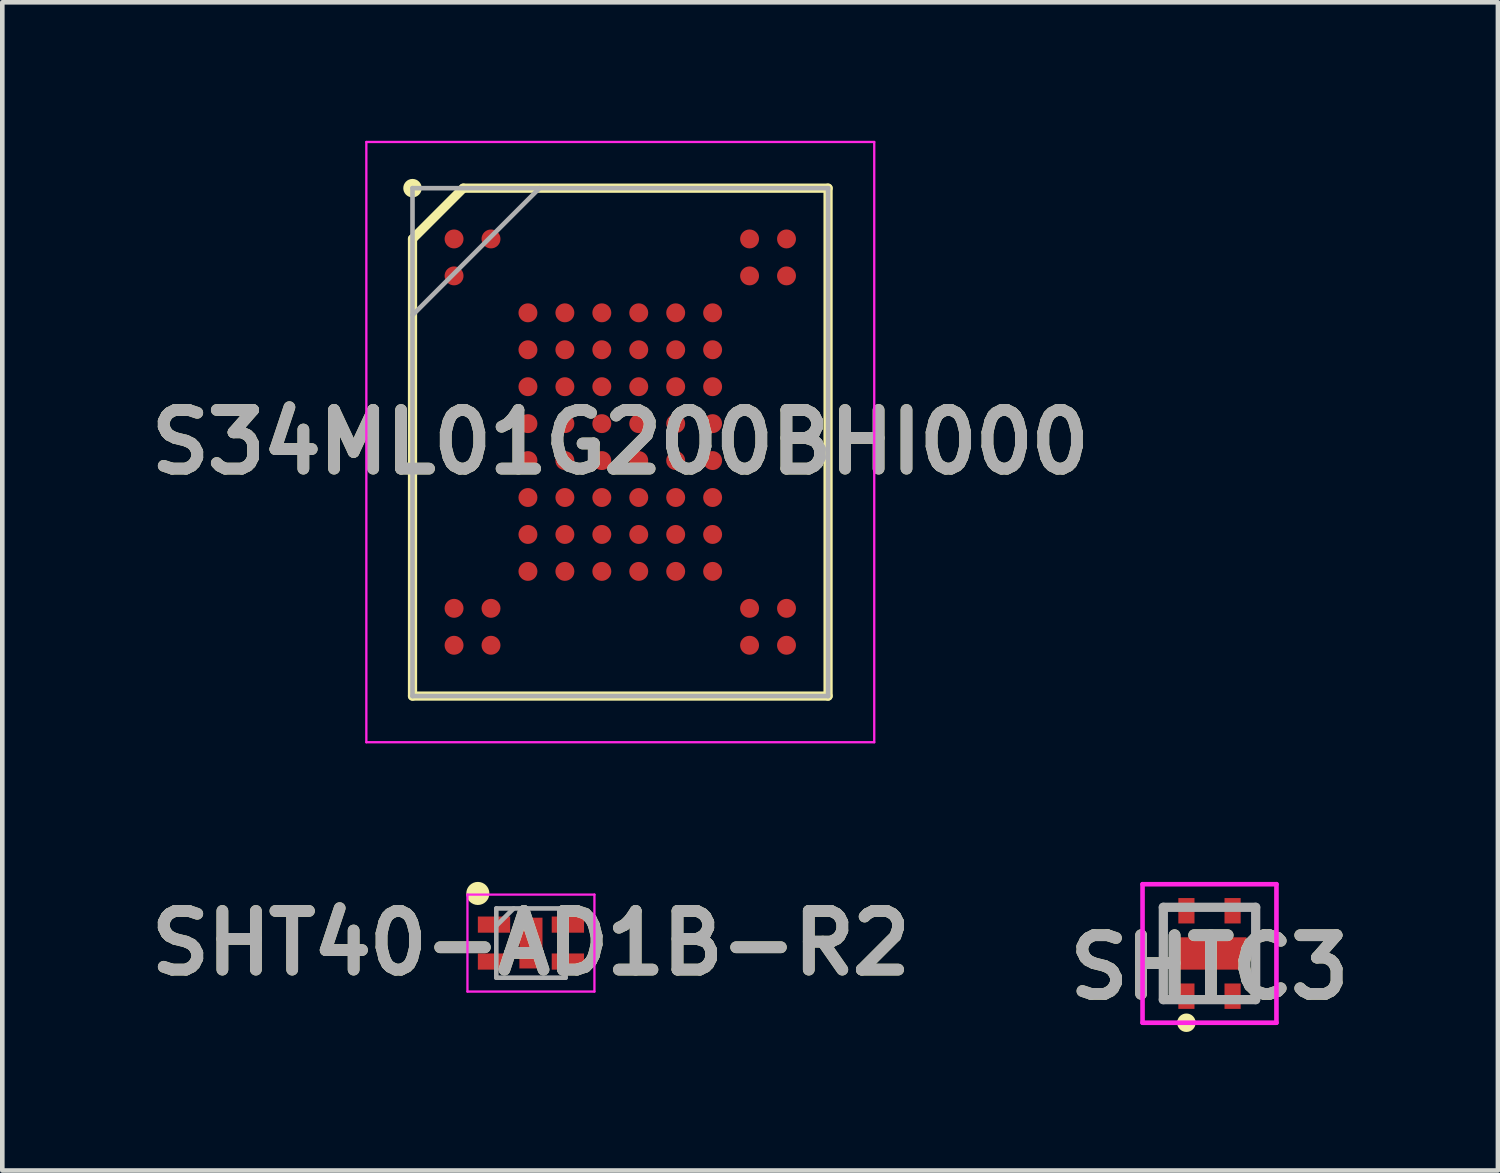
<source format=kicad_pcb>
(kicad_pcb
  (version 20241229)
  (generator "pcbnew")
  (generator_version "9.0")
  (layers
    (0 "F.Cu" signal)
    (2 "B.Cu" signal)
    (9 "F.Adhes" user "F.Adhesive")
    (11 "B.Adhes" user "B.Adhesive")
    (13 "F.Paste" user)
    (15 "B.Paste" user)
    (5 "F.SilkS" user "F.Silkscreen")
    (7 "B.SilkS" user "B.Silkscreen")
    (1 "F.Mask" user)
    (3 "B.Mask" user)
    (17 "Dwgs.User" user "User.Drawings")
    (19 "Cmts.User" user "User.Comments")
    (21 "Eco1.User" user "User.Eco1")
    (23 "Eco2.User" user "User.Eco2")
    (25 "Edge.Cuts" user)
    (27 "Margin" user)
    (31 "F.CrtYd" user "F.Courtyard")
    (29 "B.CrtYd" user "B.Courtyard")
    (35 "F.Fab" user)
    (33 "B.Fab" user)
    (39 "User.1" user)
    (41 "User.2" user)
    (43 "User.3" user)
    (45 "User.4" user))
  (footprint "SHT40-AD1B-R2"
    (layer "F.Cu")
    (at 8.449 17.375)
    (property "Reference" "SHT40-AD1B-R2" (at 0 0 0) (layer "F.SilkS") (effects (font (size 1.27 1.27) (thickness 0.254))))
    (attr smd)
    (fp_circle (center -1.15 -1.075) (end -1.15 -0.95) (stroke (width 0.25) (type solid)) (fill no) (layer "F.SilkS"))
    (fp_line (start -1.375 -1.05) (end 1.375 -1.05) (stroke (width 0.05) (type solid)) (layer "F.CrtYd"))
    (fp_line (start -1.375 1.05) (end -1.375 -1.05) (stroke (width 0.05) (type solid)) (layer "F.CrtYd"))
    (fp_line (start 1.375 -1.05) (end 1.375 1.05) (stroke (width 0.05) (type solid)) (layer "F.CrtYd"))
    (fp_line (start 1.375 1.05) (end -1.375 1.05) (stroke (width 0.05) (type solid)) (layer "F.CrtYd"))
    (fp_line (start -0.75 -0.75) (end 0.75 -0.75) (stroke (width 0.1) (type solid)) (layer "F.Fab"))
    (fp_line (start -0.75 -0.375) (end -0.375 -0.75) (stroke (width 0.1) (type solid)) (layer "F.Fab"))
    (fp_line (start -0.75 0.75) (end -0.75 -0.75) (stroke (width 0.1) (type solid)) (layer "F.Fab"))
    (fp_line (start 0.75 -0.75) (end 0.75 0.75) (stroke (width 0.1) (type solid)) (layer "F.Fab"))
    (fp_line (start 0.75 0.75) (end -0.75 0.75) (stroke (width 0.1) (type solid)) (layer "F.Fab"))
    (fp_text user "${REFERENCE}" (at 0 0 0) (layer "F.Fab") (effects (font (size 1.27 1.27) (thickness 0.254))))
    (pad "1" smd rect (at -0.8 -0.4 90) (size 0.35 0.7) (layers "F.Cu" "F.Mask" "F.Paste"))
    (pad "2" smd rect (at -0.8 0.4 90) (size 0.35 0.7) (layers "F.Cu" "F.Mask" "F.Paste"))
    (pad "3" smd rect (at 0.8 0.4 90) (size 0.35 0.7) (layers "F.Cu" "F.Mask" "F.Paste"))
    (pad "4" smd rect (at 0.8 -0.4 90) (size 0.35 0.7) (layers "F.Cu" "F.Mask" "F.Paste"))
    (pad "5" smd rect (at 0 0) (size 0.5 1.1) (layers "F.Cu" "F.Mask" "F.Paste")))
  (footprint "SHTC3"
    (layer "F.Cu")
    (at 23.145 18)
    (property "Reference" "SHTC3" (at 0 -0.1 0) (layer "F.SilkS") (effects (font (size 1.27 1.27) (thickness 0.254))))
    (attr smd)
    (fp_line (start -1 -1.4) (end -1 0.6) (stroke (width 0.1) (type solid)) (layer "F.SilkS"))
    (fp_line (start -0.6 1.1) (end -0.6 1.1) (stroke (width 0.2) (type solid)) (layer "F.SilkS"))
    (fp_line (start -0.4 1.1) (end -0.4 1.1) (stroke (width 0.2) (type solid)) (layer "F.SilkS"))
    (fp_line (start 1 0.6) (end 1 -1.4) (stroke (width 0.1) (type solid)) (layer "F.SilkS"))
    (fp_arc (start -0.6 1.1) (mid -0.5 1) (end -0.4 1.1) (stroke (width 0.2) (type solid)) (layer "F.SilkS"))
    (fp_arc (start -0.4 1.1) (mid -0.5 1.2) (end -0.6 1.1) (stroke (width 0.2) (type solid)) (layer "F.SilkS"))
    (fp_line (start -1.45 -1.9) (end 1.45 -1.9) (stroke (width 0.1) (type solid)) (layer "F.CrtYd"))
    (fp_line (start -1.45 1.1) (end -1.45 -1.9) (stroke (width 0.1) (type solid)) (layer "F.CrtYd"))
    (fp_line (start 1.45 -1.9) (end 1.45 1.1) (stroke (width 0.1) (type solid)) (layer "F.CrtYd"))
    (fp_line (start 1.45 1.1) (end -1.45 1.1) (stroke (width 0.1) (type solid)) (layer "F.CrtYd"))
    (fp_line (start -1 -1.4) (end 1 -1.4) (stroke (width 0.2) (type solid)) (layer "F.Fab"))
    (fp_line (start -1 0.6) (end -1 -1.4) (stroke (width 0.2) (type solid)) (layer "F.Fab"))
    (fp_line (start 1 -1.4) (end 1 0.6) (stroke (width 0.2) (type solid)) (layer "F.Fab"))
    (fp_line (start 1 0.6) (end -1 0.6) (stroke (width 0.2) (type solid)) (layer "F.Fab"))
    (fp_text user "${REFERENCE}" (at 0 -0.1 0) (layer "F.Fab") (effects (font (size 1.27 1.27) (thickness 0.254))))
    (pad "1" smd rect (at -0.5 0.525) (size 0.35 0.55) (layers "F.Cu" "F.Mask" "F.Paste"))
    (pad "2" smd rect (at 0.5 0.525) (size 0.35 0.55) (layers "F.Cu" "F.Mask" "F.Paste"))
    (pad "3" smd rect (at 0.5 -1.325) (size 0.35 0.55) (layers "F.Cu" "F.Mask" "F.Paste"))
    (pad "4" smd rect (at -0.5 -1.325) (size 0.35 0.55) (layers "F.Cu" "F.Mask" "F.Paste"))
    (pad "5" smd rect (at 0 -0.4 90) (size 0.7 1.6) (layers "F.Cu" "F.Mask" "F.Paste")))
  (footprint "S34ML01G200BHI000"
    (layer "F.Cu")
    (at 10.384 6.525)
    (property "Reference" "S34ML01G200BHI000" (at 0 0 0) (layer "F.SilkS") (effects (font (size 1.27 1.27) (thickness 0.254))))
    (attr smd)
    (fp_line (start -4.5 -4.4) (end -3.4 -5.5) (stroke (width 0.2) (type solid)) (layer "F.SilkS"))
    (fp_line (start -4.5 5.5) (end -4.5 -4.4) (stroke (width 0.2) (type solid)) (layer "F.SilkS"))
    (fp_line (start -3.4 -5.5) (end 4.5 -5.5) (stroke (width 0.2) (type solid)) (layer "F.SilkS"))
    (fp_line (start 4.5 -5.5) (end 4.5 5.5) (stroke (width 0.2) (type solid)) (layer "F.SilkS"))
    (fp_line (start 4.5 5.5) (end -4.5 5.5) (stroke (width 0.2) (type solid)) (layer "F.SilkS"))
    (fp_circle (center -4.5 -5.5) (end -4.5 -5.4) (stroke (width 0.2) (type solid)) (fill no) (layer "F.SilkS"))
    (fp_line (start -5.5 -6.5) (end 5.5 -6.5) (stroke (width 0.05) (type solid)) (layer "F.CrtYd"))
    (fp_line (start -5.5 6.5) (end -5.5 -6.5) (stroke (width 0.05) (type solid)) (layer "F.CrtYd"))
    (fp_line (start 5.5 -6.5) (end 5.5 6.5) (stroke (width 0.05) (type solid)) (layer "F.CrtYd"))
    (fp_line (start 5.5 6.5) (end -5.5 6.5) (stroke (width 0.05) (type solid)) (layer "F.CrtYd"))
    (fp_line (start -4.5 -5.5) (end 4.5 -5.5) (stroke (width 0.1) (type solid)) (layer "F.Fab"))
    (fp_line (start -4.5 -2.75) (end -1.75 -5.5) (stroke (width 0.1) (type solid)) (layer "F.Fab"))
    (fp_line (start -4.5 5.5) (end -4.5 -5.5) (stroke (width 0.1) (type solid)) (layer "F.Fab"))
    (fp_line (start 4.5 -5.5) (end 4.5 5.5) (stroke (width 0.1) (type solid)) (layer "F.Fab"))
    (fp_line (start 4.5 5.5) (end -4.5 5.5) (stroke (width 0.1) (type solid)) (layer "F.Fab"))
    (fp_text user "${REFERENCE}" (at 0 0 0) (layer "F.Fab") (effects (font (size 1.27 1.27) (thickness 0.254))))
    (pad "A1" smd circle (at -3.6 -4.4 90) (size 0.41 0.41) (layers "F.Cu" "F.Mask" "F.Paste"))
    (pad "A2" smd circle (at -2.8 -4.4 90) (size 0.41 0.41) (layers "F.Cu" "F.Mask" "F.Paste"))
    (pad "A9" smd circle (at 2.8 -4.4 90) (size 0.41 0.41) (layers "F.Cu" "F.Mask" "F.Paste"))
    (pad "A10" smd circle (at 3.6 -4.4 90) (size 0.41 0.41) (layers "F.Cu" "F.Mask" "F.Paste"))
    (pad "B1" smd circle (at -3.6 -3.6 90) (size 0.41 0.41) (layers "F.Cu" "F.Mask" "F.Paste"))
    (pad "B9" smd circle (at 2.8 -3.6 90) (size 0.41 0.41) (layers "F.Cu" "F.Mask" "F.Paste"))
    (pad "B10" smd circle (at 3.6 -3.6 90) (size 0.41 0.41) (layers "F.Cu" "F.Mask" "F.Paste"))
    (pad "C3" smd circle (at -2 -2.8 90) (size 0.41 0.41) (layers "F.Cu" "F.Mask" "F.Paste"))
    (pad "C4" smd circle (at -1.2 -2.8 90) (size 0.41 0.41) (layers "F.Cu" "F.Mask" "F.Paste"))
    (pad "C5" smd circle (at -0.4 -2.8 90) (size 0.41 0.41) (layers "F.Cu" "F.Mask" "F.Paste"))
    (pad "C6" smd circle (at 0.4 -2.8 90) (size 0.41 0.41) (layers "F.Cu" "F.Mask" "F.Paste"))
    (pad "C7" smd circle (at 1.2 -2.8 90) (size 0.41 0.41) (layers "F.Cu" "F.Mask" "F.Paste"))
    (pad "C8" smd circle (at 2 -2.8 90) (size 0.41 0.41) (layers "F.Cu" "F.Mask" "F.Paste"))
    (pad "D3" smd circle (at -2 -2 90) (size 0.41 0.41) (layers "F.Cu" "F.Mask" "F.Paste"))
    (pad "D4" smd circle (at -1.2 -2 90) (size 0.41 0.41) (layers "F.Cu" "F.Mask" "F.Paste"))
    (pad "D5" smd circle (at -0.4 -2 90) (size 0.41 0.41) (layers "F.Cu" "F.Mask" "F.Paste"))
    (pad "D6" smd circle (at 0.4 -2 90) (size 0.41 0.41) (layers "F.Cu" "F.Mask" "F.Paste"))
    (pad "D7" smd circle (at 1.2 -2 90) (size 0.41 0.41) (layers "F.Cu" "F.Mask" "F.Paste"))
    (pad "D8" smd circle (at 2 -2 90) (size 0.41 0.41) (layers "F.Cu" "F.Mask" "F.Paste"))
    (pad "E3" smd circle (at -2 -1.2 90) (size 0.41 0.41) (layers "F.Cu" "F.Mask" "F.Paste"))
    (pad "E4" smd circle (at -1.2 -1.2 90) (size 0.41 0.41) (layers "F.Cu" "F.Mask" "F.Paste"))
    (pad "E5" smd circle (at -0.4 -1.2 90) (size 0.41 0.41) (layers "F.Cu" "F.Mask" "F.Paste"))
    (pad "E6" smd circle (at 0.4 -1.2 90) (size 0.41 0.41) (layers "F.Cu" "F.Mask" "F.Paste"))
    (pad "E7" smd circle (at 1.2 -1.2 90) (size 0.41 0.41) (layers "F.Cu" "F.Mask" "F.Paste"))
    (pad "E8" smd circle (at 2 -1.2 90) (size 0.41 0.41) (layers "F.Cu" "F.Mask" "F.Paste"))
    (pad "F3" smd circle (at -2 -0.4 90) (size 0.41 0.41) (layers "F.Cu" "F.Mask" "F.Paste"))
    (pad "F4" smd circle (at -1.2 -0.4 90) (size 0.41 0.41) (layers "F.Cu" "F.Mask" "F.Paste"))
    (pad "F5" smd circle (at -0.4 -0.4 90) (size 0.41 0.41) (layers "F.Cu" "F.Mask" "F.Paste"))
    (pad "F6" smd circle (at 0.4 -0.4 90) (size 0.41 0.41) (layers "F.Cu" "F.Mask" "F.Paste"))
    (pad "F7" smd circle (at 1.2 -0.4 90) (size 0.41 0.41) (layers "F.Cu" "F.Mask" "F.Paste"))
    (pad "F8" smd circle (at 2 -0.4 90) (size 0.41 0.41) (layers "F.Cu" "F.Mask" "F.Paste"))
    (pad "G3" smd circle (at -2 0.4 90) (size 0.41 0.41) (layers "F.Cu" "F.Mask" "F.Paste"))
    (pad "G4" smd circle (at -1.2 0.4 90) (size 0.41 0.41) (layers "F.Cu" "F.Mask" "F.Paste"))
    (pad "G5" smd circle (at -0.4 0.4 90) (size 0.41 0.41) (layers "F.Cu" "F.Mask" "F.Paste"))
    (pad "G6" smd circle (at 0.4 0.4 90) (size 0.41 0.41) (layers "F.Cu" "F.Mask" "F.Paste"))
    (pad "G7" smd circle (at 1.2 0.4 90) (size 0.41 0.41) (layers "F.Cu" "F.Mask" "F.Paste"))
    (pad "G8" smd circle (at 2 0.4 90) (size 0.41 0.41) (layers "F.Cu" "F.Mask" "F.Paste"))
    (pad "H3" smd circle (at -2 1.2 90) (size 0.41 0.41) (layers "F.Cu" "F.Mask" "F.Paste"))
    (pad "H4" smd circle (at -1.2 1.2 90) (size 0.41 0.41) (layers "F.Cu" "F.Mask" "F.Paste"))
    (pad "H5" smd circle (at -0.4 1.2 90) (size 0.41 0.41) (layers "F.Cu" "F.Mask" "F.Paste"))
    (pad "H6" smd circle (at 0.4 1.2 90) (size 0.41 0.41) (layers "F.Cu" "F.Mask" "F.Paste"))
    (pad "H7" smd circle (at 1.2 1.2 90) (size 0.41 0.41) (layers "F.Cu" "F.Mask" "F.Paste"))
    (pad "H8" smd circle (at 2 1.2 90) (size 0.41 0.41) (layers "F.Cu" "F.Mask" "F.Paste"))
    (pad "J3" smd circle (at -2 2 90) (size 0.41 0.41) (layers "F.Cu" "F.Mask" "F.Paste"))
    (pad "J4" smd circle (at -1.2 2 90) (size 0.41 0.41) (layers "F.Cu" "F.Mask" "F.Paste"))
    (pad "J5" smd circle (at -0.4 2 90) (size 0.41 0.41) (layers "F.Cu" "F.Mask" "F.Paste"))
    (pad "J6" smd circle (at 0.4 2 90) (size 0.41 0.41) (layers "F.Cu" "F.Mask" "F.Paste"))
    (pad "J7" smd circle (at 1.2 2 90) (size 0.41 0.41) (layers "F.Cu" "F.Mask" "F.Paste"))
    (pad "J8" smd circle (at 2 2 90) (size 0.41 0.41) (layers "F.Cu" "F.Mask" "F.Paste"))
    (pad "K3" smd circle (at -2 2.8 90) (size 0.41 0.41) (layers "F.Cu" "F.Mask" "F.Paste"))
    (pad "K4" smd circle (at -1.2 2.8 90) (size 0.41 0.41) (layers "F.Cu" "F.Mask" "F.Paste"))
    (pad "K5" smd circle (at -0.4 2.8 90) (size 0.41 0.41) (layers "F.Cu" "F.Mask" "F.Paste"))
    (pad "K6" smd circle (at 0.4 2.8 90) (size 0.41 0.41) (layers "F.Cu" "F.Mask" "F.Paste"))
    (pad "K7" smd circle (at 1.2 2.8 90) (size 0.41 0.41) (layers "F.Cu" "F.Mask" "F.Paste"))
    (pad "K8" smd circle (at 2 2.8 90) (size 0.41 0.41) (layers "F.Cu" "F.Mask" "F.Paste"))
    (pad "L1" smd circle (at -3.6 3.6 90) (size 0.41 0.41) (layers "F.Cu" "F.Mask" "F.Paste"))
    (pad "L2" smd circle (at -2.8 3.6 90) (size 0.41 0.41) (layers "F.Cu" "F.Mask" "F.Paste"))
    (pad "L9" smd circle (at 2.8 3.6 90) (size 0.41 0.41) (layers "F.Cu" "F.Mask" "F.Paste"))
    (pad "L10" smd circle (at 3.6 3.6 90) (size 0.41 0.41) (layers "F.Cu" "F.Mask" "F.Paste"))
    (pad "M1" smd circle (at -3.6 4.4 90) (size 0.41 0.41) (layers "F.Cu" "F.Mask" "F.Paste"))
    (pad "M2" smd circle (at -2.8 4.4 90) (size 0.41 0.41) (layers "F.Cu" "F.Mask" "F.Paste"))
    (pad "M9" smd circle (at 2.8 4.4 90) (size 0.41 0.41) (layers "F.Cu" "F.Mask" "F.Paste"))
    (pad "M10" smd circle (at 3.6 4.4 90) (size 0.41 0.41) (layers "F.Cu" "F.Mask" "F.Paste")))
  (gr_rect
    (start -3 -3)
    (end 29.392 22.3)
    (stroke (width 0.1) (type default))
    (fill no)
    (layer "Edge.Cuts")))
</source>
